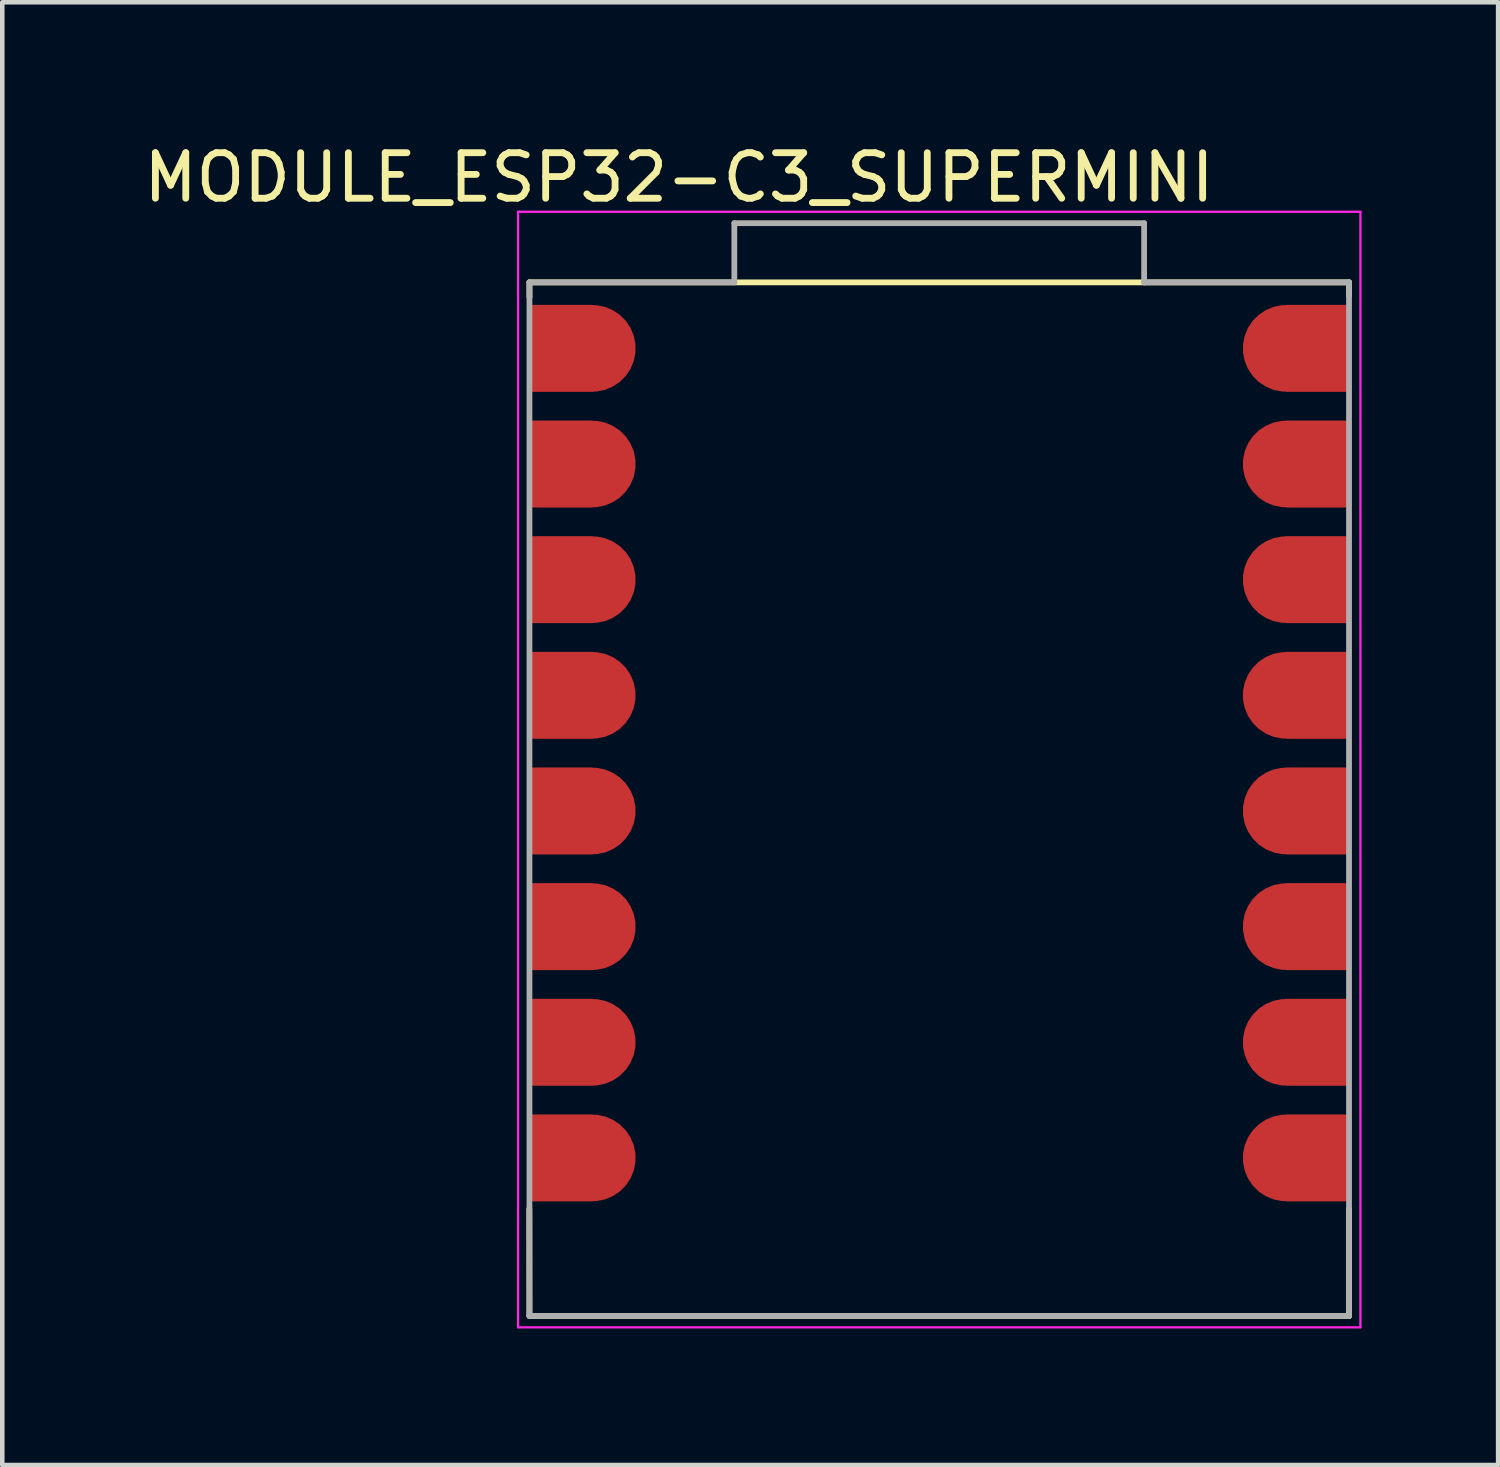
<source format=kicad_pcb>
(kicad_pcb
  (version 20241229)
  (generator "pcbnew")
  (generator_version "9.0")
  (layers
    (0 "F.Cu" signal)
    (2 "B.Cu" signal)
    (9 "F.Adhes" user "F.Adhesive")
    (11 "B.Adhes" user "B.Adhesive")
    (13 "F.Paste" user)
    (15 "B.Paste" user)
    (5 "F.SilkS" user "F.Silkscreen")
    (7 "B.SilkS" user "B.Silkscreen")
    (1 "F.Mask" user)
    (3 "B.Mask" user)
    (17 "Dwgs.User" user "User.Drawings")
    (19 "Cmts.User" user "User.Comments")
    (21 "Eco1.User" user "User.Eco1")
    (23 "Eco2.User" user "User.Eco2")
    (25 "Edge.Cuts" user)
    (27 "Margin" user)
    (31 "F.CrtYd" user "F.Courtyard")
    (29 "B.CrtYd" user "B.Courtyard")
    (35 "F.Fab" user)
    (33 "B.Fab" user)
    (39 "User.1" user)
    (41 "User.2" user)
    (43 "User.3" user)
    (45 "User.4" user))
  (footprint "MODULE_ESP32-C3_SUPERMINI"
    (layer "F.Cu")
    (at 17.578 14.501)
    (property "Reference" "MODULE_ESP32-C3_SUPERMINI" (at -5.715 -13.652 0) (layer "F.SilkS") (effects (font (size 1 1) (thickness 0.15))))
    (attr through_hole)
    (fp_line (start -9 -11.35) (end -8.999 -11.025) (stroke (width 0.127) (type default)) (layer "F.SilkS"))
    (fp_line (start -9 11.35) (end -9.003 9.003) (stroke (width 0.127) (type default)) (layer "F.SilkS"))
    (fp_line (start 4.5 -11.35) (end -9 -11.35) (stroke (width 0.127) (type solid)) (layer "F.SilkS"))
    (fp_line (start 9 -11.35) (end 4.5 -11.35) (stroke (width 0.127) (type solid)) (layer "F.SilkS"))
    (fp_line (start 9 -11.35) (end 9.001 -11.056) (stroke (width 0.127) (type default)) (layer "F.SilkS"))
    (fp_line (start 9 11.35) (end -9 11.35) (stroke (width 0.127) (type solid)) (layer "F.SilkS"))
    (fp_line (start 9 11.35) (end 9.001 9.001) (stroke (width 0.127) (type default)) (layer "F.SilkS"))
    (fp_line (start -9.25 -12.9) (end 9.25 -12.9) (stroke (width 0.05) (type solid)) (layer "F.CrtYd"))
    (fp_line (start -9.25 11.6) (end -9.25 -12.9) (stroke (width 0.05) (type solid)) (layer "F.CrtYd"))
    (fp_line (start 9.25 -12.9) (end 9.25 11.6) (stroke (width 0.05) (type solid)) (layer "F.CrtYd"))
    (fp_line (start 9.25 11.6) (end -9.25 11.6) (stroke (width 0.05) (type solid)) (layer "F.CrtYd"))
    (fp_line (start -9 11.35) (end -9 -11.35) (stroke (width 0.127) (type solid)) (layer "F.Fab"))
    (fp_line (start -4.5 -12.65) (end -4.5 -11.35) (stroke (width 0.127) (type solid)) (layer "F.Fab"))
    (fp_line (start -4.5 -11.35) (end -9 -11.35) (stroke (width 0.127) (type solid)) (layer "F.Fab"))
    (fp_line (start 4.5 -12.65) (end -4.5 -12.65) (stroke (width 0.127) (type solid)) (layer "F.Fab"))
    (fp_line (start 4.5 -12.65) (end 4.5 -11.35) (stroke (width 0.127) (type solid)) (layer "F.Fab"))
    (fp_line (start 9 -11.35) (end 4.5 -11.35) (stroke (width 0.127) (type solid)) (layer "F.Fab"))
    (fp_line (start 9 11.35) (end -9 11.35) (stroke (width 0.127) (type solid)) (layer "F.Fab"))
    (fp_line (start 9 11.35) (end 9 -11.35) (stroke (width 0.127) (type solid)) (layer "F.Fab"))
    (pad "0" smd custom (at 7.62 7.88) (size 1.905 1.905) (layers "F.Cu" "F.Mask" "F.Paste") (options (anchor circle)) (primitives (gr_poly (pts (xy 1.3 0.855) (xy 0 0.855) (xy 0 -0.855) (xy 1.3 -0.855)) (width 0.2) (fill yes))))
    (pad "1" smd custom (at 7.62 5.34) (size 1.905 1.905) (layers "F.Cu" "F.Mask" "F.Paste") (options (anchor circle)) (primitives (gr_poly (pts (xy 1.3 0.855) (xy 0 0.855) (xy 0 -0.855) (xy 1.3 -0.855)) (width 0.2) (fill yes))))
    (pad "2" smd custom (at 7.62 2.8) (size 1.905 1.905) (layers "F.Cu" "F.Mask" "F.Paste") (options (anchor circle)) (primitives (gr_poly (pts (xy 1.3 0.855) (xy 0 0.855) (xy 0 -0.855) (xy 1.3 -0.855)) (width 0.2) (fill yes))))
    (pad "3" smd custom (at 7.62 0.26) (size 1.905 1.905) (layers "F.Cu" "F.Mask" "F.Paste") (options (anchor circle)) (primitives (gr_poly (pts (xy 1.3 0.855) (xy 0 0.855) (xy 0 -0.855) (xy 1.3 -0.855)) (width 0.2) (fill yes))))
    (pad "3.3" smd custom (at 7.62 -4.82) (size 1.905 1.905) (layers "F.Cu" "F.Mask" "F.Paste") (options (anchor circle)) (primitives (gr_poly (pts (xy 1.3 0.855) (xy 0 0.855) (xy 0 -0.855) (xy 1.3 -0.855)) (width 0.2) (fill yes))))
    (pad "4" smd custom (at 7.62 -2.28) (size 1.905 1.905) (layers "F.Cu" "F.Mask" "F.Paste") (options (anchor circle)) (primitives (gr_poly (pts (xy 1.3 0.855) (xy 0 0.855) (xy 0 -0.855) (xy 1.3 -0.855)) (width 0.2) (fill yes))))
    (pad "5" smd custom (at -7.62 -9.9) (size 1.905 1.905) (layers "F.Cu" "F.Mask" "F.Paste") (options (anchor circle)) (primitives (gr_poly (pts (xy -1.3 -0.855) (xy 0 -0.855) (xy 0 0.855) (xy -1.3 0.855)) (width 0.2) (fill yes))))
    (pad "5V" smd custom (at 7.62 -9.9) (size 1.905 1.905) (layers "F.Cu" "F.Mask" "F.Paste") (options (anchor circle)) (primitives (gr_poly (pts (xy 1.3 0.855) (xy 0 0.855) (xy 0 -0.855) (xy 1.3 -0.855)) (width 0.2) (fill yes))))
    (pad "6" smd custom (at -7.62 -7.36) (size 1.905 1.905) (layers "F.Cu" "F.Mask" "F.Paste") (options (anchor circle)) (primitives (gr_poly (pts (xy -1.3 -0.855) (xy 0 -0.855) (xy 0 0.855) (xy -1.3 0.855)) (width 0.2) (fill yes))))
    (pad "7" smd custom (at -7.62 -4.82) (size 1.905 1.905) (layers "F.Cu" "F.Mask" "F.Paste") (options (anchor circle)) (primitives (gr_poly (pts (xy -1.3 -0.855) (xy 0 -0.855) (xy 0 0.855) (xy -1.3 0.855)) (width 0.2) (fill yes))))
    (pad "8" smd custom (at -7.62 -2.28) (size 1.905 1.905) (layers "F.Cu" "F.Mask" "F.Paste") (options (anchor circle)) (primitives (gr_poly (pts (xy -1.3 -0.855) (xy 0 -0.855) (xy 0 0.855) (xy -1.3 0.855)) (width 0.2) (fill yes))))
    (pad "9" smd custom (at -7.62 0.26) (size 1.905 1.905) (layers "F.Cu" "F.Mask" "F.Paste") (options (anchor circle)) (primitives (gr_poly (pts (xy -1.3 -0.855) (xy 0 -0.855) (xy 0 0.855) (xy -1.3 0.855)) (width 0.2) (fill yes))))
    (pad "10" smd custom (at -7.62 2.8) (size 1.905 1.905) (layers "F.Cu" "F.Mask" "F.Paste") (options (anchor circle)) (primitives (gr_poly (pts (xy -1.3 -0.855) (xy 0 -0.855) (xy 0 0.855) (xy -1.3 0.855)) (width 0.2) (fill yes))))
    (pad "20" smd custom (at -7.62 5.34) (size 1.905 1.905) (layers "F.Cu" "F.Mask" "F.Paste") (options (anchor circle)) (primitives (gr_poly (pts (xy -1.3 -0.855) (xy 0 -0.855) (xy 0 0.855) (xy -1.3 0.855)) (width 0.2) (fill yes))))
    (pad "21" smd custom (at -7.62 7.88) (size 1.905 1.905) (layers "F.Cu" "F.Mask" "F.Paste") (options (anchor circle)) (primitives (gr_poly (pts (xy -1.3 -0.855) (xy 0 -0.855) (xy 0 0.855) (xy -1.3 0.855)) (width 0.2) (fill yes))))
    (pad "G" smd custom (at 7.62 -7.36) (size 1.905 1.905) (layers "F.Cu" "F.Mask" "F.Paste") (options (anchor circle)) (primitives (gr_poly (pts (xy 1.3 0.855) (xy 0 0.855) (xy 0 -0.855) (xy 1.3 -0.855)) (width 0.2) (fill yes)))))
  (gr_rect
    (start -3 -3)
    (end 29.853 29.126)
    (stroke (width 0.1) (type default))
    (fill no)
    (layer "Edge.Cuts")))
</source>
